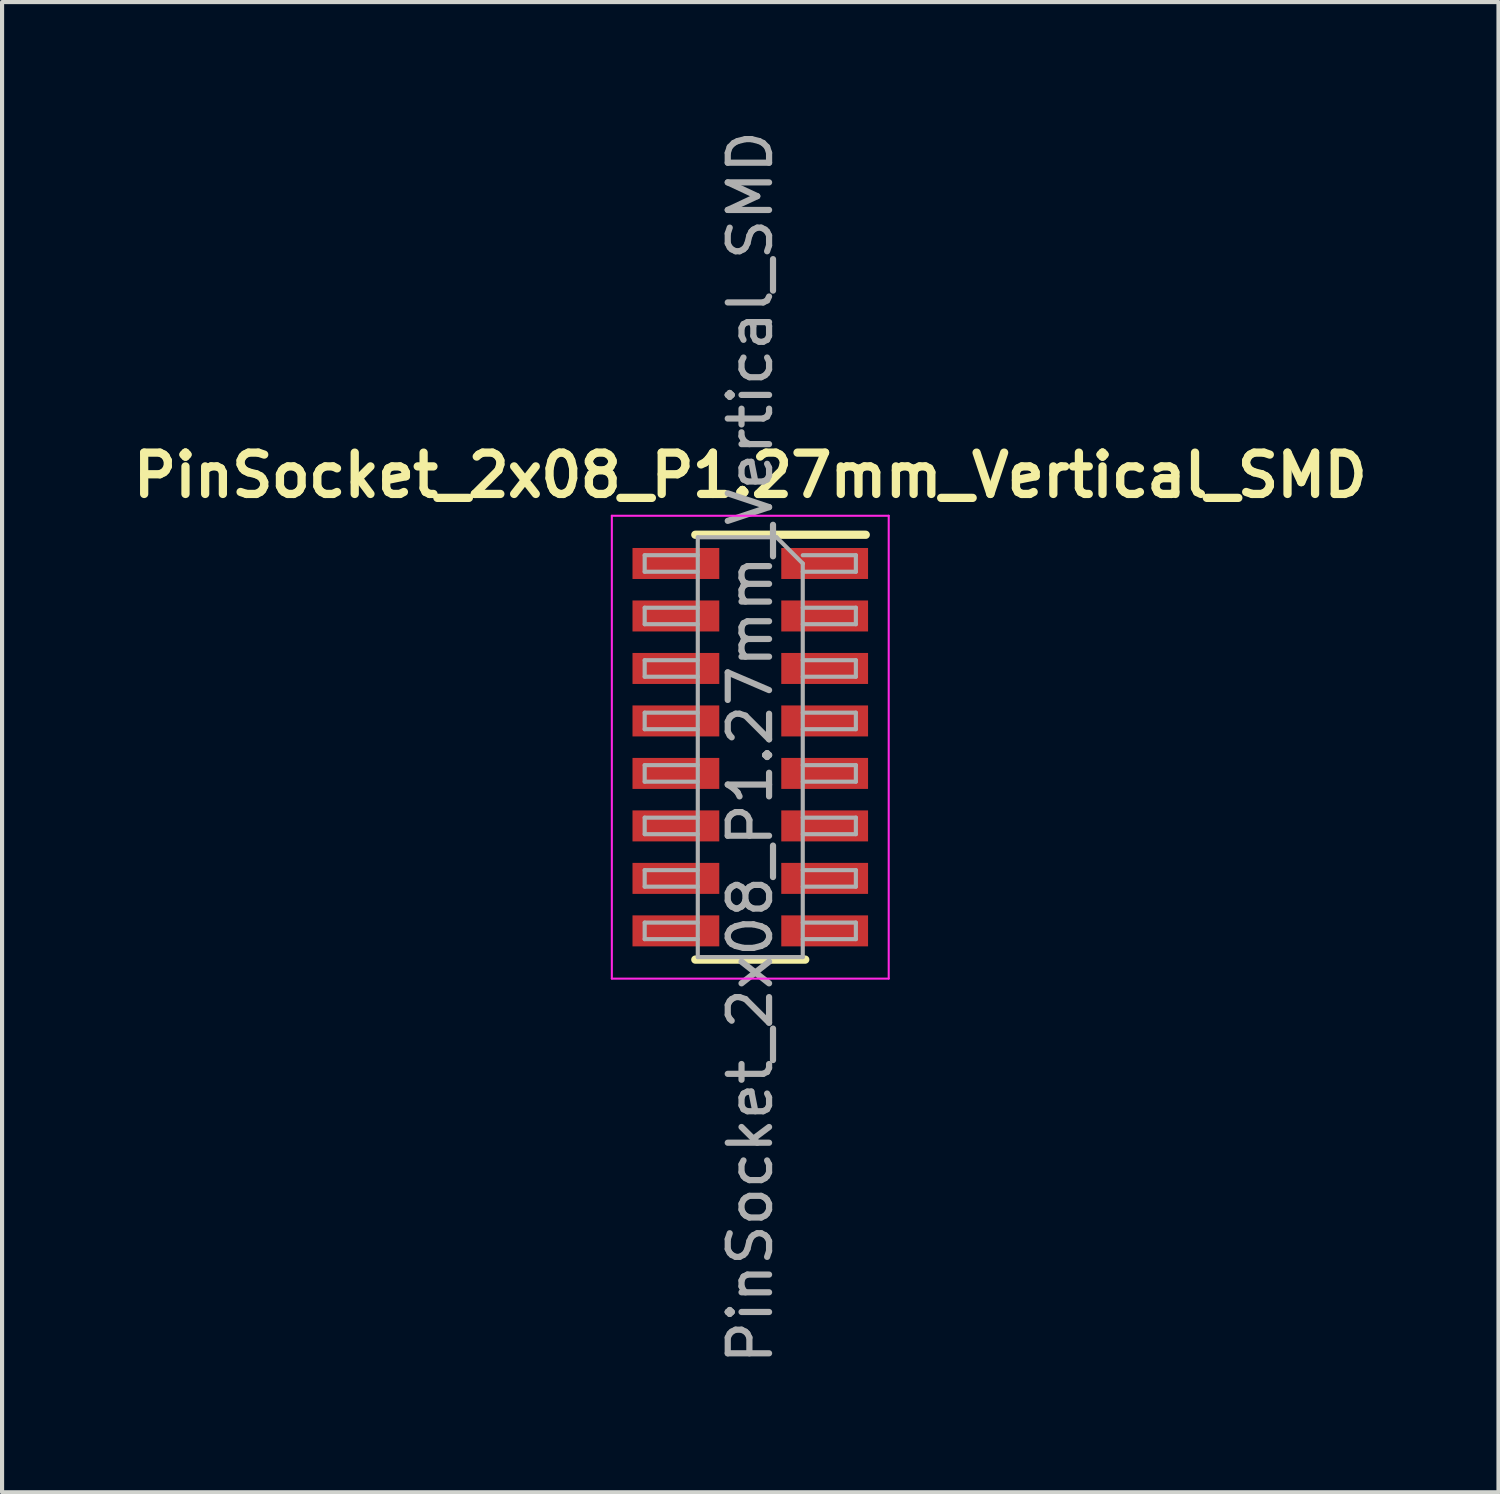
<source format=kicad_pcb>
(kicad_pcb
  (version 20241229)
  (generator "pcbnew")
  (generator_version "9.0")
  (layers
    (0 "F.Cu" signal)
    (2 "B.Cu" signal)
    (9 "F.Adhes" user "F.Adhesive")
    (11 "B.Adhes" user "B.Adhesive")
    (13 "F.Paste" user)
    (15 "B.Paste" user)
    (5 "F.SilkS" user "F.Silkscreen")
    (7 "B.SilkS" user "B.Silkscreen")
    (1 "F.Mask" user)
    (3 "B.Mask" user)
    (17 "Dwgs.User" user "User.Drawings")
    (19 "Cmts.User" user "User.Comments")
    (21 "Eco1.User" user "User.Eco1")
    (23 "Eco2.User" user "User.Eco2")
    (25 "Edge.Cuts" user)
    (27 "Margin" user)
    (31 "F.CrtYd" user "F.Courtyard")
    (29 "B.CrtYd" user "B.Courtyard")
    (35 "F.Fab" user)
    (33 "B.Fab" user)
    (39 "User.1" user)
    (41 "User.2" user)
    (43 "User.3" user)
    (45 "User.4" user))
  (footprint "PinSocket_2x08_P1.27mm_Vertical_SMD"
    (layer "F.Cu")
    (at 15.105 15.03)
    (property "Reference" "PinSocket_2x08_P1.27mm_Vertical_SMD" (at 0 -6.58 0) (layer "F.SilkS") (effects (font (size 1 1) (thickness 0.2))))
    (attr smd)
    (fp_line (start -1.33 -5.14) (end 2.794 -5.14) (stroke (width 0.2) (type solid)) (layer "F.SilkS"))
    (fp_line (start -1.33 5.14) (end 1.33 5.14) (stroke (width 0.2) (type solid)) (layer "F.SilkS"))
    (fp_line (start -3.35 -5.6) (end 3.35 -5.6) (stroke (width 0.05) (type solid)) (layer "F.CrtYd"))
    (fp_line (start -3.35 5.6) (end -3.35 -5.6) (stroke (width 0.05) (type solid)) (layer "F.CrtYd"))
    (fp_line (start 3.35 -5.6) (end 3.35 5.6) (stroke (width 0.05) (type solid)) (layer "F.CrtYd"))
    (fp_line (start 3.35 5.6) (end -3.35 5.6) (stroke (width 0.05) (type solid)) (layer "F.CrtYd"))
    (fp_line (start -2.555 -4.645) (end -1.27 -4.645) (stroke (width 0.1) (type solid)) (layer "F.Fab"))
    (fp_line (start -2.555 -4.245) (end -2.555 -4.645) (stroke (width 0.1) (type solid)) (layer "F.Fab"))
    (fp_line (start -2.555 -3.375) (end -1.27 -3.375) (stroke (width 0.1) (type solid)) (layer "F.Fab"))
    (fp_line (start -2.555 -2.975) (end -2.555 -3.375) (stroke (width 0.1) (type solid)) (layer "F.Fab"))
    (fp_line (start -2.555 -2.105) (end -1.27 -2.105) (stroke (width 0.1) (type solid)) (layer "F.Fab"))
    (fp_line (start -2.555 -1.705) (end -2.555 -2.105) (stroke (width 0.1) (type solid)) (layer "F.Fab"))
    (fp_line (start -2.555 -0.835) (end -1.27 -0.835) (stroke (width 0.1) (type solid)) (layer "F.Fab"))
    (fp_line (start -2.555 -0.435) (end -2.555 -0.835) (stroke (width 0.1) (type solid)) (layer "F.Fab"))
    (fp_line (start -2.555 0.435) (end -1.27 0.435) (stroke (width 0.1) (type solid)) (layer "F.Fab"))
    (fp_line (start -2.555 0.835) (end -2.555 0.435) (stroke (width 0.1) (type solid)) (layer "F.Fab"))
    (fp_line (start -2.555 1.705) (end -1.27 1.705) (stroke (width 0.1) (type solid)) (layer "F.Fab"))
    (fp_line (start -2.555 2.105) (end -2.555 1.705) (stroke (width 0.1) (type solid)) (layer "F.Fab"))
    (fp_line (start -2.555 2.975) (end -1.27 2.975) (stroke (width 0.1) (type solid)) (layer "F.Fab"))
    (fp_line (start -2.555 3.375) (end -2.555 2.975) (stroke (width 0.1) (type solid)) (layer "F.Fab"))
    (fp_line (start -2.555 4.245) (end -1.27 4.245) (stroke (width 0.1) (type solid)) (layer "F.Fab"))
    (fp_line (start -2.555 4.645) (end -2.555 4.245) (stroke (width 0.1) (type solid)) (layer "F.Fab"))
    (fp_line (start -1.27 -5.08) (end 0.635 -5.08) (stroke (width 0.1) (type solid)) (layer "F.Fab"))
    (fp_line (start -1.27 -4.245) (end -2.555 -4.245) (stroke (width 0.1) (type solid)) (layer "F.Fab"))
    (fp_line (start -1.27 -2.975) (end -2.555 -2.975) (stroke (width 0.1) (type solid)) (layer "F.Fab"))
    (fp_line (start -1.27 -1.705) (end -2.555 -1.705) (stroke (width 0.1) (type solid)) (layer "F.Fab"))
    (fp_line (start -1.27 -0.435) (end -2.555 -0.435) (stroke (width 0.1) (type solid)) (layer "F.Fab"))
    (fp_line (start -1.27 0.835) (end -2.555 0.835) (stroke (width 0.1) (type solid)) (layer "F.Fab"))
    (fp_line (start -1.27 2.105) (end -2.555 2.105) (stroke (width 0.1) (type solid)) (layer "F.Fab"))
    (fp_line (start -1.27 3.375) (end -2.555 3.375) (stroke (width 0.1) (type solid)) (layer "F.Fab"))
    (fp_line (start -1.27 4.645) (end -2.555 4.645) (stroke (width 0.1) (type solid)) (layer "F.Fab"))
    (fp_line (start -1.27 5.08) (end -1.27 -5.08) (stroke (width 0.1) (type solid)) (layer "F.Fab"))
    (fp_line (start 0.635 -5.08) (end 1.27 -4.445) (stroke (width 0.1) (type solid)) (layer "F.Fab"))
    (fp_line (start 1.27 -4.645) (end 2.555 -4.645) (stroke (width 0.1) (type solid)) (layer "F.Fab"))
    (fp_line (start 1.27 -4.445) (end 1.27 5.08) (stroke (width 0.1) (type solid)) (layer "F.Fab"))
    (fp_line (start 1.27 -3.375) (end 2.555 -3.375) (stroke (width 0.1) (type solid)) (layer "F.Fab"))
    (fp_line (start 1.27 -2.105) (end 2.555 -2.105) (stroke (width 0.1) (type solid)) (layer "F.Fab"))
    (fp_line (start 1.27 -0.835) (end 2.555 -0.835) (stroke (width 0.1) (type solid)) (layer "F.Fab"))
    (fp_line (start 1.27 0.435) (end 2.555 0.435) (stroke (width 0.1) (type solid)) (layer "F.Fab"))
    (fp_line (start 1.27 1.705) (end 2.555 1.705) (stroke (width 0.1) (type solid)) (layer "F.Fab"))
    (fp_line (start 1.27 2.975) (end 2.555 2.975) (stroke (width 0.1) (type solid)) (layer "F.Fab"))
    (fp_line (start 1.27 4.245) (end 2.555 4.245) (stroke (width 0.1) (type solid)) (layer "F.Fab"))
    (fp_line (start 1.27 5.08) (end -1.27 5.08) (stroke (width 0.1) (type solid)) (layer "F.Fab"))
    (fp_line (start 2.555 -4.645) (end 2.555 -4.245) (stroke (width 0.1) (type solid)) (layer "F.Fab"))
    (fp_line (start 2.555 -4.245) (end 1.27 -4.245) (stroke (width 0.1) (type solid)) (layer "F.Fab"))
    (fp_line (start 2.555 -3.375) (end 2.555 -2.975) (stroke (width 0.1) (type solid)) (layer "F.Fab"))
    (fp_line (start 2.555 -2.975) (end 1.27 -2.975) (stroke (width 0.1) (type solid)) (layer "F.Fab"))
    (fp_line (start 2.555 -2.105) (end 2.555 -1.705) (stroke (width 0.1) (type solid)) (layer "F.Fab"))
    (fp_line (start 2.555 -1.705) (end 1.27 -1.705) (stroke (width 0.1) (type solid)) (layer "F.Fab"))
    (fp_line (start 2.555 -0.835) (end 2.555 -0.435) (stroke (width 0.1) (type solid)) (layer "F.Fab"))
    (fp_line (start 2.555 -0.435) (end 1.27 -0.435) (stroke (width 0.1) (type solid)) (layer "F.Fab"))
    (fp_line (start 2.555 0.435) (end 2.555 0.835) (stroke (width 0.1) (type solid)) (layer "F.Fab"))
    (fp_line (start 2.555 0.835) (end 1.27 0.835) (stroke (width 0.1) (type solid)) (layer "F.Fab"))
    (fp_line (start 2.555 1.705) (end 2.555 2.105) (stroke (width 0.1) (type solid)) (layer "F.Fab"))
    (fp_line (start 2.555 2.105) (end 1.27 2.105) (stroke (width 0.1) (type solid)) (layer "F.Fab"))
    (fp_line (start 2.555 2.975) (end 2.555 3.375) (stroke (width 0.1) (type solid)) (layer "F.Fab"))
    (fp_line (start 2.555 3.375) (end 1.27 3.375) (stroke (width 0.1) (type solid)) (layer "F.Fab"))
    (fp_line (start 2.555 4.245) (end 2.555 4.645) (stroke (width 0.1) (type solid)) (layer "F.Fab"))
    (fp_line (start 2.555 4.645) (end 1.27 4.645) (stroke (width 0.1) (type solid)) (layer "F.Fab"))
    (fp_text user "${REFERENCE}" (at 0 0 90) (layer "F.Fab") (effects (font (size 1 1) (thickness 0.15))))
    (pad "1" smd rect (at 1.8 -4.445) (size 2.1 0.75) (layers "F.Cu" "F.Mask" "F.Paste"))
    (pad "2" smd rect (at -1.8 -4.445) (size 2.1 0.75) (layers "F.Cu" "F.Mask" "F.Paste"))
    (pad "3" smd rect (at 1.8 -3.175) (size 2.1 0.75) (layers "F.Cu" "F.Mask" "F.Paste"))
    (pad "4" smd rect (at -1.8 -3.175) (size 2.1 0.75) (layers "F.Cu" "F.Mask" "F.Paste"))
    (pad "5" smd rect (at 1.8 -1.905) (size 2.1 0.75) (layers "F.Cu" "F.Mask" "F.Paste"))
    (pad "6" smd rect (at -1.8 -1.905) (size 2.1 0.75) (layers "F.Cu" "F.Mask" "F.Paste"))
    (pad "7" smd rect (at 1.8 -0.635) (size 2.1 0.75) (layers "F.Cu" "F.Mask" "F.Paste"))
    (pad "8" smd rect (at -1.8 -0.635) (size 2.1 0.75) (layers "F.Cu" "F.Mask" "F.Paste"))
    (pad "9" smd rect (at 1.8 0.635) (size 2.1 0.75) (layers "F.Cu" "F.Mask" "F.Paste"))
    (pad "10" smd rect (at -1.8 0.635) (size 2.1 0.75) (layers "F.Cu" "F.Mask" "F.Paste"))
    (pad "11" smd rect (at 1.8 1.905) (size 2.1 0.75) (layers "F.Cu" "F.Mask" "F.Paste"))
    (pad "12" smd rect (at -1.8 1.905) (size 2.1 0.75) (layers "F.Cu" "F.Mask" "F.Paste"))
    (pad "13" smd rect (at 1.8 3.175) (size 2.1 0.75) (layers "F.Cu" "F.Mask" "F.Paste"))
    (pad "14" smd rect (at -1.8 3.175) (size 2.1 0.75) (layers "F.Cu" "F.Mask" "F.Paste"))
    (pad "15" smd rect (at 1.8 4.445) (size 2.1 0.75) (layers "F.Cu" "F.Mask" "F.Paste"))
    (pad "16" smd rect (at -1.8 4.445) (size 2.1 0.75) (layers "F.Cu" "F.Mask" "F.Paste")))
  (gr_rect
    (start -3 -3)
    (end 33.21 33.06)
    (stroke (width 0.1) (type default))
    (fill no)
    (layer "Edge.Cuts")))
</source>
